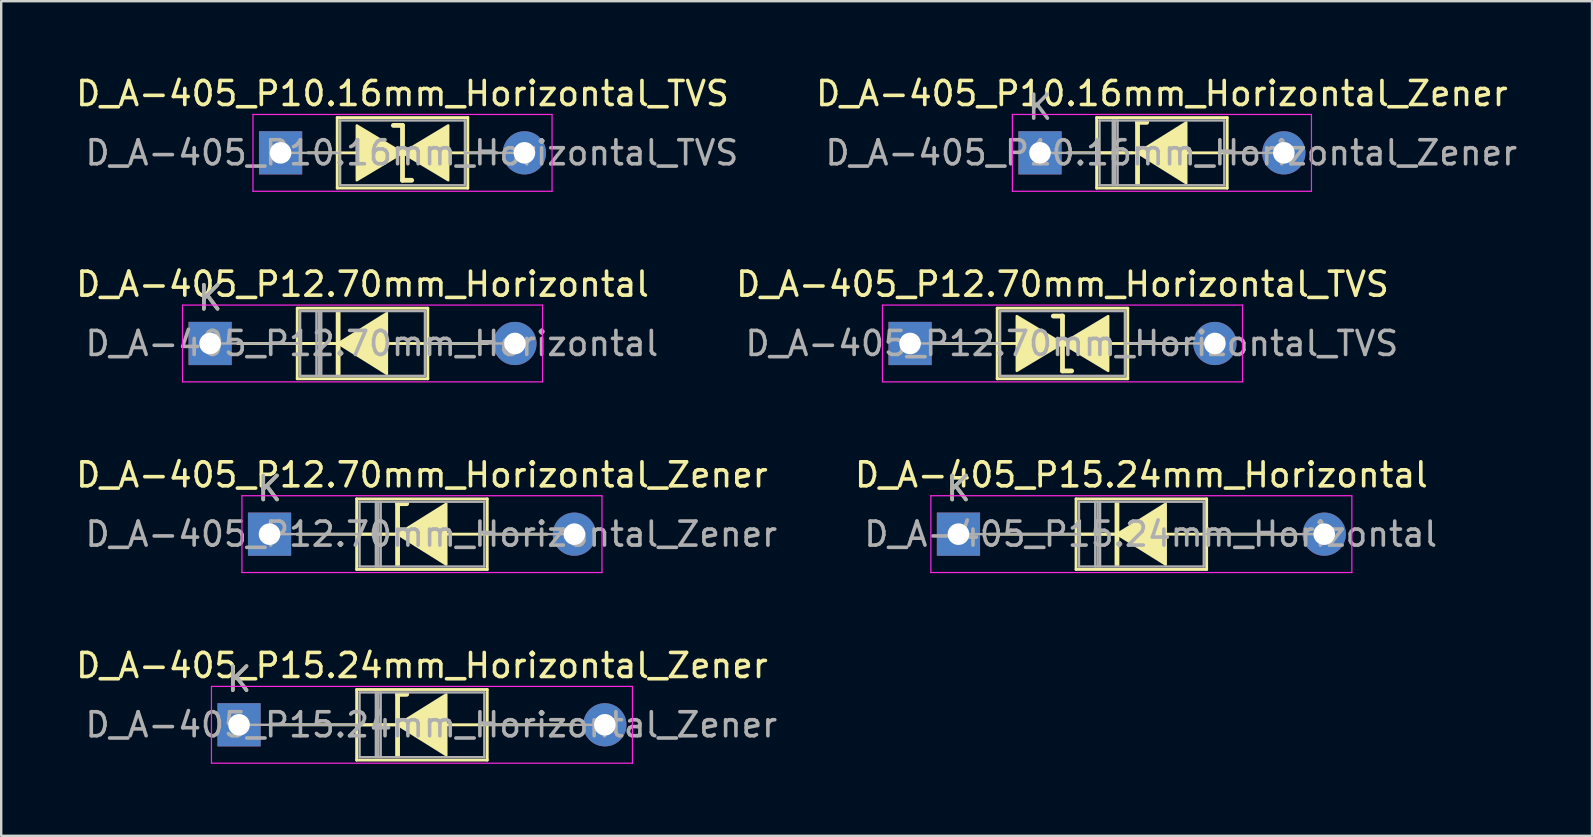
<source format=kicad_pcb>
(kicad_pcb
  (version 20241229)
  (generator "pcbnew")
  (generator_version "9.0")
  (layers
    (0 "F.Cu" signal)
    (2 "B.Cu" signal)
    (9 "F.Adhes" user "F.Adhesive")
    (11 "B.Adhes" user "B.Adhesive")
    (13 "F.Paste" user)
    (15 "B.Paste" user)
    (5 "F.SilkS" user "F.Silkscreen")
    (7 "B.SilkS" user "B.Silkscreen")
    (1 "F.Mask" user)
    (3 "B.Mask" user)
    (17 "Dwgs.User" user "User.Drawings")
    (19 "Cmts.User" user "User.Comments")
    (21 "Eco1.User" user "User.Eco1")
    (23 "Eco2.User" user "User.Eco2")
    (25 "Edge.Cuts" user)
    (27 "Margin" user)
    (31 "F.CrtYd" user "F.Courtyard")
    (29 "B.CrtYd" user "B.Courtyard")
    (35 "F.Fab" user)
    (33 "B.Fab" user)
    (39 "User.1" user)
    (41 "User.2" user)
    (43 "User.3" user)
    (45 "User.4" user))
  (footprint "D_A-405_P12.70mm_Horizontal"
    (layer "F.Cu")
    (at 5.704 11.261)
    (property "Reference" "D_A-405_P12.70mm_Horizontal" (at 6.35 -2.47 0) (layer "F.SilkS") (effects (font (size 1 1) (thickness 0.15))))
    (attr through_hole)
    (fp_line (start 1.14 0) (end 3.63 0) (stroke (width 0.12) (type solid)) (layer "F.SilkS"))
    (fp_line (start 3.63 -1.47) (end 3.63 1.47) (stroke (width 0.12) (type solid)) (layer "F.SilkS"))
    (fp_line (start 3.63 0) (end 5.2 0) (stroke (width 0.12) (type solid)) (layer "F.SilkS"))
    (fp_line (start 3.63 1.47) (end 9.07 1.47) (stroke (width 0.12) (type solid)) (layer "F.SilkS"))
    (fp_line (start 5.334 -1.27) (end 5.334 1.27) (stroke (width 0.2) (type solid)) (layer "F.SilkS"))
    (fp_line (start 5.334 0) (end 3.8 0) (stroke (width 0.12) (type solid)) (layer "F.SilkS"))
    (fp_line (start 9.07 -1.47) (end 3.63 -1.47) (stroke (width 0.12) (type solid)) (layer "F.SilkS"))
    (fp_line (start 9.07 0) (end 7.429 0) (stroke (width 0.12) (type solid)) (layer "F.SilkS"))
    (fp_line (start 9.07 1.47) (end 9.07 -1.47) (stroke (width 0.12) (type solid)) (layer "F.SilkS"))
    (fp_line (start 11.56 0) (end 9.07 0) (stroke (width 0.12) (type solid)) (layer "F.SilkS"))
    (fp_poly (pts (xy 7.366 1.27) (xy 5.334 0) (xy 7.366 -1.27)) (stroke (width 0.1) (type solid)) (fill yes) (layer "F.SilkS"))
    (fp_line (start -1.15 -1.6) (end -1.15 1.6) (stroke (width 0.05) (type solid)) (layer "F.CrtYd"))
    (fp_line (start -1.15 1.6) (end 13.85 1.6) (stroke (width 0.05) (type solid)) (layer "F.CrtYd"))
    (fp_line (start 13.85 -1.6) (end -1.15 -1.6) (stroke (width 0.05) (type solid)) (layer "F.CrtYd"))
    (fp_line (start 13.85 1.6) (end 13.85 -1.6) (stroke (width 0.05) (type solid)) (layer "F.CrtYd"))
    (fp_line (start 0 0) (end 3.75 0) (stroke (width 0.1) (type solid)) (layer "F.Fab"))
    (fp_line (start 3.75 -1.35) (end 3.75 1.35) (stroke (width 0.1) (type solid)) (layer "F.Fab"))
    (fp_line (start 3.75 1.35) (end 8.95 1.35) (stroke (width 0.1) (type solid)) (layer "F.Fab"))
    (fp_line (start 4.43 -1.35) (end 4.43 1.35) (stroke (width 0.1) (type solid)) (layer "F.Fab"))
    (fp_line (start 4.53 -1.35) (end 4.53 1.35) (stroke (width 0.1) (type solid)) (layer "F.Fab"))
    (fp_line (start 4.63 -1.35) (end 4.63 1.35) (stroke (width 0.1) (type solid)) (layer "F.Fab"))
    (fp_line (start 8.95 -1.35) (end 3.75 -1.35) (stroke (width 0.1) (type solid)) (layer "F.Fab"))
    (fp_line (start 8.95 1.35) (end 8.95 -1.35) (stroke (width 0.1) (type solid)) (layer "F.Fab"))
    (fp_line (start 12.7 0) (end 8.95 0) (stroke (width 0.1) (type solid)) (layer "F.Fab"))
    (fp_text user "K" (at 0 -1.9 0) (layer "F.SilkS") (effects (font (size 1 1) (thickness 0.15))))
    (fp_text user "K" (at 0 -1.9 0) (layer "F.Fab") (effects (font (size 1 1) (thickness 0.15))))
    (fp_text user "${REFERENCE}" (at 6.74 0 0) (layer "F.Fab") (effects (font (size 1 1) (thickness 0.15))))
    (pad "1" thru_hole rect (at 0 0) (size 1.8 1.8) (drill 0.9) (layers "*.Cu" "*.Mask"))
    (pad "2" thru_hole oval (at 12.7 0) (size 1.8 1.8) (drill 0.9) (layers "*.Cu" "*.Mask")))
  (footprint "D_A-405_P12.70mm_Horizontal_TVS"
    (layer "F.Cu")
    (at 34.867 11.261)
    (property "Reference" "D_A-405_P12.70mm_Horizontal_TVS" (at 6.35 -2.47 0) (layer "F.SilkS") (effects (font (size 1 1) (thickness 0.15))))
    (attr through_hole)
    (fp_line (start 1.14 0) (end 3.63 0) (stroke (width 0.12) (type solid)) (layer "F.SilkS"))
    (fp_line (start 3.63 -1.47) (end 3.63 1.47) (stroke (width 0.12) (type solid)) (layer "F.SilkS"))
    (fp_line (start 3.63 0) (end 4.445 0) (stroke (width 0.12) (type solid)) (layer "F.SilkS"))
    (fp_line (start 3.63 1.47) (end 9.07 1.47) (stroke (width 0.12) (type solid)) (layer "F.SilkS"))
    (fp_line (start 6.35 -1.143) (end 5.969 -1.143) (stroke (width 0.2) (type solid)) (layer "F.SilkS"))
    (fp_line (start 6.35 1.143) (end 6.35 -1.143) (stroke (width 0.2) (type solid)) (layer "F.SilkS"))
    (fp_line (start 6.731 1.143) (end 6.35 1.143) (stroke (width 0.2) (type solid)) (layer "F.SilkS"))
    (fp_line (start 9.07 -1.47) (end 3.63 -1.47) (stroke (width 0.12) (type solid)) (layer "F.SilkS"))
    (fp_line (start 9.07 0) (end 8.255 0) (stroke (width 0.12) (type solid)) (layer "F.SilkS"))
    (fp_line (start 9.07 1.47) (end 9.07 -1.47) (stroke (width 0.12) (type solid)) (layer "F.SilkS"))
    (fp_line (start 11.56 0) (end 9.07 0) (stroke (width 0.12) (type solid)) (layer "F.SilkS"))
    (fp_poly (pts (xy 6.35 0) (xy 4.445 1.143) (xy 4.445 -1.143)) (stroke (width 0.1) (type solid)) (fill yes) (layer "F.SilkS"))
    (fp_poly (pts (xy 6.35 0) (xy 8.255 -1.143) (xy 8.255 1.143)) (stroke (width 0.1) (type solid)) (fill yes) (layer "F.SilkS"))
    (fp_line (start -1.15 -1.6) (end -1.15 1.6) (stroke (width 0.05) (type solid)) (layer "F.CrtYd"))
    (fp_line (start -1.15 1.6) (end 13.85 1.6) (stroke (width 0.05) (type solid)) (layer "F.CrtYd"))
    (fp_line (start 13.85 -1.6) (end -1.15 -1.6) (stroke (width 0.05) (type solid)) (layer "F.CrtYd"))
    (fp_line (start 13.85 1.6) (end 13.85 -1.6) (stroke (width 0.05) (type solid)) (layer "F.CrtYd"))
    (fp_line (start 0 0) (end 3.75 0) (stroke (width 0.1) (type solid)) (layer "F.Fab"))
    (fp_line (start 3.75 -1.35) (end 3.75 1.35) (stroke (width 0.1) (type solid)) (layer "F.Fab"))
    (fp_line (start 3.75 1.35) (end 8.95 1.35) (stroke (width 0.1) (type solid)) (layer "F.Fab"))
    (fp_line (start 8.95 -1.35) (end 3.75 -1.35) (stroke (width 0.1) (type solid)) (layer "F.Fab"))
    (fp_line (start 8.95 1.35) (end 8.95 -1.35) (stroke (width 0.1) (type solid)) (layer "F.Fab"))
    (fp_line (start 12.7 0) (end 8.95 0) (stroke (width 0.1) (type solid)) (layer "F.Fab"))
    (fp_text user "${REFERENCE}" (at 6.74 0 0) (layer "F.Fab") (effects (font (size 1 1) (thickness 0.15))))
    (pad "1" thru_hole rect (at 0 0) (size 1.8 1.8) (drill 0.9) (layers "*.Cu" "*.Mask"))
    (pad "2" thru_hole oval (at 12.7 0) (size 1.8 1.8) (drill 0.9) (layers "*.Cu" "*.Mask")))
  (footprint "D_A-405_P10.16mm_Horizontal_TVS"
    (layer "F.Cu")
    (at 8.64 3.318)
    (property "Reference" "D_A-405_P10.16mm_Horizontal_TVS" (at 5.08 -2.47 0) (layer "F.SilkS") (effects (font (size 1 1) (thickness 0.15))))
    (attr through_hole)
    (fp_line (start 1.14 0) (end 2.36 0) (stroke (width 0.12) (type solid)) (layer "F.SilkS"))
    (fp_line (start 2.36 -1.47) (end 2.36 1.47) (stroke (width 0.12) (type solid)) (layer "F.SilkS"))
    (fp_line (start 2.36 0) (end 3.175 0) (stroke (width 0.12) (type solid)) (layer "F.SilkS"))
    (fp_line (start 2.36 1.47) (end 7.8 1.47) (stroke (width 0.12) (type solid)) (layer "F.SilkS"))
    (fp_line (start 5.08 -1.143) (end 4.699 -1.143) (stroke (width 0.2) (type solid)) (layer "F.SilkS"))
    (fp_line (start 5.08 1.143) (end 5.08 -1.143) (stroke (width 0.2) (type solid)) (layer "F.SilkS"))
    (fp_line (start 5.461 1.143) (end 5.08 1.143) (stroke (width 0.2) (type solid)) (layer "F.SilkS"))
    (fp_line (start 7.8 -1.47) (end 2.36 -1.47) (stroke (width 0.12) (type solid)) (layer "F.SilkS"))
    (fp_line (start 7.8 0) (end 6.985 0) (stroke (width 0.12) (type solid)) (layer "F.SilkS"))
    (fp_line (start 7.8 1.47) (end 7.8 -1.47) (stroke (width 0.12) (type solid)) (layer "F.SilkS"))
    (fp_line (start 9.02 0) (end 7.8 0) (stroke (width 0.12) (type solid)) (layer "F.SilkS"))
    (fp_poly (pts (xy 5.08 0) (xy 3.175 1.143) (xy 3.175 -1.143)) (stroke (width 0.1) (type solid)) (fill yes) (layer "F.SilkS"))
    (fp_poly (pts (xy 5.08 0) (xy 6.985 -1.143) (xy 6.985 1.143)) (stroke (width 0.1) (type solid)) (fill yes) (layer "F.SilkS"))
    (fp_line (start -1.15 -1.6) (end -1.15 1.6) (stroke (width 0.05) (type solid)) (layer "F.CrtYd"))
    (fp_line (start -1.15 1.6) (end 11.31 1.6) (stroke (width 0.05) (type solid)) (layer "F.CrtYd"))
    (fp_line (start 11.31 -1.6) (end -1.15 -1.6) (stroke (width 0.05) (type solid)) (layer "F.CrtYd"))
    (fp_line (start 11.31 1.6) (end 11.31 -1.6) (stroke (width 0.05) (type solid)) (layer "F.CrtYd"))
    (fp_line (start 0 0) (end 2.48 0) (stroke (width 0.1) (type solid)) (layer "F.Fab"))
    (fp_line (start 2.48 -1.35) (end 2.48 1.35) (stroke (width 0.1) (type solid)) (layer "F.Fab"))
    (fp_line (start 2.48 1.35) (end 7.68 1.35) (stroke (width 0.1) (type solid)) (layer "F.Fab"))
    (fp_line (start 7.68 -1.35) (end 2.48 -1.35) (stroke (width 0.1) (type solid)) (layer "F.Fab"))
    (fp_line (start 7.68 1.35) (end 7.68 -1.35) (stroke (width 0.1) (type solid)) (layer "F.Fab"))
    (fp_line (start 10.16 0) (end 7.68 0) (stroke (width 0.1) (type solid)) (layer "F.Fab"))
    (fp_text user "${REFERENCE}" (at 5.47 0 0) (layer "F.Fab") (effects (font (size 1 1) (thickness 0.15))))
    (pad "1" thru_hole rect (at 0 0) (size 1.8 1.8) (drill 0.9) (layers "*.Cu" "*.Mask"))
    (pad "2" thru_hole oval (at 10.16 0) (size 1.8 1.8) (drill 0.9) (layers "*.Cu" "*.Mask")))
  (footprint "D_A-405_P12.70mm_Horizontal_Zener"
    (layer "F.Cu")
    (at 8.18 19.205)
    (property "Reference" "D_A-405_P12.70mm_Horizontal_Zener" (at 6.35 -2.47 0) (layer "F.SilkS") (effects (font (size 1 1) (thickness 0.15))))
    (attr through_hole)
    (fp_line (start 1.14 0) (end 3.63 0) (stroke (width 0.12) (type solid)) (layer "F.SilkS"))
    (fp_line (start 3.63 -1.47) (end 3.63 1.47) (stroke (width 0.12) (type solid)) (layer "F.SilkS"))
    (fp_line (start 3.63 0) (end 5.2 0) (stroke (width 0.12) (type solid)) (layer "F.SilkS"))
    (fp_line (start 3.63 1.47) (end 9.07 1.47) (stroke (width 0.12) (type solid)) (layer "F.SilkS"))
    (fp_line (start 5.334 -1.27) (end 5.334 1.27) (stroke (width 0.2) (type solid)) (layer "F.SilkS"))
    (fp_line (start 5.334 -1.27) (end 5.715 -1.27) (stroke (width 0.2) (type solid)) (layer "F.SilkS"))
    (fp_line (start 5.334 0) (end 3.8 0) (stroke (width 0.12) (type solid)) (layer "F.SilkS"))
    (fp_line (start 9.07 -1.47) (end 3.63 -1.47) (stroke (width 0.12) (type solid)) (layer "F.SilkS"))
    (fp_line (start 9.07 0) (end 7.429 0) (stroke (width 0.12) (type solid)) (layer "F.SilkS"))
    (fp_line (start 9.07 1.47) (end 9.07 -1.47) (stroke (width 0.12) (type solid)) (layer "F.SilkS"))
    (fp_line (start 11.56 0) (end 9.07 0) (stroke (width 0.12) (type solid)) (layer "F.SilkS"))
    (fp_poly (pts (xy 7.366 1.27) (xy 5.334 0) (xy 7.366 -1.27)) (stroke (width 0.1) (type solid)) (fill yes) (layer "F.SilkS"))
    (fp_line (start -1.15 -1.6) (end -1.15 1.6) (stroke (width 0.05) (type solid)) (layer "F.CrtYd"))
    (fp_line (start -1.15 1.6) (end 13.85 1.6) (stroke (width 0.05) (type solid)) (layer "F.CrtYd"))
    (fp_line (start 13.85 -1.6) (end -1.15 -1.6) (stroke (width 0.05) (type solid)) (layer "F.CrtYd"))
    (fp_line (start 13.85 1.6) (end 13.85 -1.6) (stroke (width 0.05) (type solid)) (layer "F.CrtYd"))
    (fp_line (start 0 0) (end 3.75 0) (stroke (width 0.1) (type solid)) (layer "F.Fab"))
    (fp_line (start 3.75 -1.35) (end 3.75 1.35) (stroke (width 0.1) (type solid)) (layer "F.Fab"))
    (fp_line (start 3.75 1.35) (end 8.95 1.35) (stroke (width 0.1) (type solid)) (layer "F.Fab"))
    (fp_line (start 4.43 -1.35) (end 4.43 1.35) (stroke (width 0.1) (type solid)) (layer "F.Fab"))
    (fp_line (start 4.53 -1.35) (end 4.53 1.35) (stroke (width 0.1) (type solid)) (layer "F.Fab"))
    (fp_line (start 4.63 -1.35) (end 4.63 1.35) (stroke (width 0.1) (type solid)) (layer "F.Fab"))
    (fp_line (start 8.95 -1.35) (end 3.75 -1.35) (stroke (width 0.1) (type solid)) (layer "F.Fab"))
    (fp_line (start 8.95 1.35) (end 8.95 -1.35) (stroke (width 0.1) (type solid)) (layer "F.Fab"))
    (fp_line (start 12.7 0) (end 8.95 0) (stroke (width 0.1) (type solid)) (layer "F.Fab"))
    (fp_text user "K" (at 0 -1.9 0) (layer "F.SilkS") (effects (font (size 1 1) (thickness 0.15))))
    (fp_text user "${REFERENCE}" (at 6.74 0 0) (layer "F.Fab") (effects (font (size 1 1) (thickness 0.15))))
    (fp_text user "K" (at 0 -1.9 0) (layer "F.Fab") (effects (font (size 1 1) (thickness 0.15))))
    (pad "1" thru_hole rect (at 0 0) (size 1.8 1.8) (drill 0.9) (layers "*.Cu" "*.Mask"))
    (pad "2" thru_hole oval (at 12.7 0) (size 1.8 1.8) (drill 0.9) (layers "*.Cu" "*.Mask")))
  (footprint "D_A-405_P15.24mm_Horizontal_Zener"
    (layer "F.Cu")
    (at 6.91 27.148)
    (property "Reference" "D_A-405_P15.24mm_Horizontal_Zener" (at 7.62 -2.47 0) (layer "F.SilkS") (effects (font (size 1 1) (thickness 0.15))))
    (attr through_hole)
    (fp_line (start 1.27 0) (end 4.9 0) (stroke (width 0.12) (type solid)) (layer "F.SilkS"))
    (fp_line (start 4.9 -1.47) (end 4.9 1.47) (stroke (width 0.12) (type solid)) (layer "F.SilkS"))
    (fp_line (start 4.9 0) (end 6.604 0) (stroke (width 0.12) (type solid)) (layer "F.SilkS"))
    (fp_line (start 4.9 1.47) (end 10.34 1.47) (stroke (width 0.12) (type solid)) (layer "F.SilkS"))
    (fp_line (start 6.47 0) (end 5.07 0) (stroke (width 0.12) (type solid)) (layer "F.SilkS"))
    (fp_line (start 6.604 -1.27) (end 6.604 1.27) (stroke (width 0.2) (type solid)) (layer "F.SilkS"))
    (fp_line (start 6.604 -1.27) (end 6.985 -1.27) (stroke (width 0.2) (type solid)) (layer "F.SilkS"))
    (fp_line (start 10.34 -1.47) (end 4.9 -1.47) (stroke (width 0.12) (type solid)) (layer "F.SilkS"))
    (fp_line (start 10.34 0) (end 8.7 0) (stroke (width 0.12) (type solid)) (layer "F.SilkS"))
    (fp_line (start 10.34 1.47) (end 10.34 -1.47) (stroke (width 0.12) (type solid)) (layer "F.SilkS"))
    (fp_line (start 13.97 0) (end 10.34 0) (stroke (width 0.12) (type solid)) (layer "F.SilkS"))
    (fp_poly (pts (xy 8.636 1.27) (xy 6.604 0) (xy 8.636 -1.27)) (stroke (width 0.1) (type solid)) (fill yes) (layer "F.SilkS"))
    (fp_line (start -1.15 -1.6) (end -1.15 1.6) (stroke (width 0.05) (type solid)) (layer "F.CrtYd"))
    (fp_line (start -1.15 1.6) (end 16.39 1.6) (stroke (width 0.05) (type solid)) (layer "F.CrtYd"))
    (fp_line (start 16.39 -1.6) (end -1.15 -1.6) (stroke (width 0.05) (type solid)) (layer "F.CrtYd"))
    (fp_line (start 16.39 1.6) (end 16.39 -1.6) (stroke (width 0.05) (type solid)) (layer "F.CrtYd"))
    (fp_line (start 0 0) (end 5.02 0) (stroke (width 0.1) (type solid)) (layer "F.Fab"))
    (fp_line (start 5.02 -1.35) (end 5.02 1.35) (stroke (width 0.1) (type solid)) (layer "F.Fab"))
    (fp_line (start 5.02 1.35) (end 10.22 1.35) (stroke (width 0.1) (type solid)) (layer "F.Fab"))
    (fp_line (start 5.7 -1.35) (end 5.7 1.35) (stroke (width 0.1) (type solid)) (layer "F.Fab"))
    (fp_line (start 5.8 -1.35) (end 5.8 1.35) (stroke (width 0.1) (type solid)) (layer "F.Fab"))
    (fp_line (start 5.9 -1.35) (end 5.9 1.35) (stroke (width 0.1) (type solid)) (layer "F.Fab"))
    (fp_line (start 10.22 -1.35) (end 5.02 -1.35) (stroke (width 0.1) (type solid)) (layer "F.Fab"))
    (fp_line (start 10.22 1.35) (end 10.22 -1.35) (stroke (width 0.1) (type solid)) (layer "F.Fab"))
    (fp_line (start 15.24 0) (end 10.22 0) (stroke (width 0.1) (type solid)) (layer "F.Fab"))
    (fp_text user "K" (at 0 -1.9 0) (layer "F.SilkS") (effects (font (size 1 1) (thickness 0.15))))
    (fp_text user "${REFERENCE}" (at 8.01 0 0) (layer "F.Fab") (effects (font (size 1 1) (thickness 0.15))))
    (fp_text user "K" (at 0 -1.9 0) (layer "F.Fab") (effects (font (size 1 1) (thickness 0.15))))
    (pad "1" thru_hole rect (at 0 0) (size 1.8 1.8) (drill 0.9) (layers "*.Cu" "*.Mask"))
    (pad "2" thru_hole oval (at 15.24 0) (size 1.8 1.8) (drill 0.9) (layers "*.Cu" "*.Mask")))
  (footprint "D_A-405_P10.16mm_Horizontal_Zener"
    (layer "F.Cu")
    (at 40.28 3.318)
    (property "Reference" "D_A-405_P10.16mm_Horizontal_Zener" (at 5.08 -2.47 0) (layer "F.SilkS") (effects (font (size 1 1) (thickness 0.15))))
    (attr through_hole)
    (fp_line (start 1.14 0) (end 2.36 0) (stroke (width 0.12) (type solid)) (layer "F.SilkS"))
    (fp_line (start 2.36 -1.47) (end 2.36 1.47) (stroke (width 0.12) (type solid)) (layer "F.SilkS"))
    (fp_line (start 2.36 1.47) (end 7.8 1.47) (stroke (width 0.12) (type solid)) (layer "F.SilkS"))
    (fp_line (start 2.54 0) (end 4.064 0) (stroke (width 0.12) (type solid)) (layer "F.SilkS"))
    (fp_line (start 3.87 0) (end 2.36 0) (stroke (width 0.12) (type solid)) (layer "F.SilkS"))
    (fp_line (start 4.064 -1.27) (end 4.064 1.27) (stroke (width 0.2) (type solid)) (layer "F.SilkS"))
    (fp_line (start 4.064 -1.27) (end 4.445 -1.27) (stroke (width 0.2) (type solid)) (layer "F.SilkS"))
    (fp_line (start 7.8 -1.47) (end 2.36 -1.47) (stroke (width 0.12) (type solid)) (layer "F.SilkS"))
    (fp_line (start 7.8 0) (end 6.096 0) (stroke (width 0.12) (type solid)) (layer "F.SilkS"))
    (fp_line (start 7.8 1.47) (end 7.8 -1.47) (stroke (width 0.12) (type solid)) (layer "F.SilkS"))
    (fp_line (start 9.02 0) (end 7.8 0) (stroke (width 0.12) (type solid)) (layer "F.SilkS"))
    (fp_poly (pts (xy 6.096 1.27) (xy 4.064 0) (xy 6.096 -1.27)) (stroke (width 0.1) (type solid)) (fill yes) (layer "F.SilkS"))
    (fp_line (start -1.15 -1.6) (end -1.15 1.6) (stroke (width 0.05) (type solid)) (layer "F.CrtYd"))
    (fp_line (start -1.15 1.6) (end 11.31 1.6) (stroke (width 0.05) (type solid)) (layer "F.CrtYd"))
    (fp_line (start 11.31 -1.6) (end -1.15 -1.6) (stroke (width 0.05) (type solid)) (layer "F.CrtYd"))
    (fp_line (start 11.31 1.6) (end 11.31 -1.6) (stroke (width 0.05) (type solid)) (layer "F.CrtYd"))
    (fp_line (start 0 0) (end 2.48 0) (stroke (width 0.1) (type solid)) (layer "F.Fab"))
    (fp_line (start 2.48 -1.35) (end 2.48 1.35) (stroke (width 0.1) (type solid)) (layer "F.Fab"))
    (fp_line (start 2.48 1.35) (end 7.68 1.35) (stroke (width 0.1) (type solid)) (layer "F.Fab"))
    (fp_line (start 3.033 -1.35) (end 3.033 1.35) (stroke (width 0.1) (type solid)) (layer "F.Fab"))
    (fp_line (start 3.133 -1.35) (end 3.133 1.35) (stroke (width 0.1) (type solid)) (layer "F.Fab"))
    (fp_line (start 3.233 -1.35) (end 3.233 1.35) (stroke (width 0.1) (type solid)) (layer "F.Fab"))
    (fp_line (start 7.68 -1.35) (end 2.48 -1.35) (stroke (width 0.1) (type solid)) (layer "F.Fab"))
    (fp_line (start 7.68 1.35) (end 7.68 -1.35) (stroke (width 0.1) (type solid)) (layer "F.Fab"))
    (fp_line (start 10.16 0) (end 7.68 0) (stroke (width 0.1) (type solid)) (layer "F.Fab"))
    (fp_text user "${REFERENCE}" (at 5.47 0 0) (layer "F.Fab") (effects (font (size 1 1) (thickness 0.15))))
    (fp_text user "K" (at 0 -1.9 0) (layer "F.Fab") (effects (font (size 1 1) (thickness 0.15))))
    (pad "1" thru_hole rect (at 0 0) (size 1.8 1.8) (drill 0.9) (layers "*.Cu" "*.Mask"))
    (pad "2" thru_hole oval (at 10.16 0) (size 1.8 1.8) (drill 0.9) (layers "*.Cu" "*.Mask")))
  (footprint "D_A-405_P15.24mm_Horizontal"
    (layer "F.Cu")
    (at 36.883 19.205)
    (property "Reference" "D_A-405_P15.24mm_Horizontal" (at 7.62 -2.47 0) (layer "F.SilkS") (effects (font (size 1 1) (thickness 0.15))))
    (attr through_hole)
    (fp_line (start 1.27 0) (end 4.9 0) (stroke (width 0.12) (type solid)) (layer "F.SilkS"))
    (fp_line (start 4.9 -1.47) (end 4.9 1.47) (stroke (width 0.12) (type solid)) (layer "F.SilkS"))
    (fp_line (start 4.9 0) (end 6.604 0) (stroke (width 0.12) (type solid)) (layer "F.SilkS"))
    (fp_line (start 4.9 1.47) (end 10.34 1.47) (stroke (width 0.12) (type solid)) (layer "F.SilkS"))
    (fp_line (start 6.47 0) (end 5.07 0) (stroke (width 0.12) (type solid)) (layer "F.SilkS"))
    (fp_line (start 6.604 -1.27) (end 6.604 1.27) (stroke (width 0.2) (type solid)) (layer "F.SilkS"))
    (fp_line (start 10.34 -1.47) (end 4.9 -1.47) (stroke (width 0.12) (type solid)) (layer "F.SilkS"))
    (fp_line (start 10.34 0) (end 8.7 0) (stroke (width 0.12) (type solid)) (layer "F.SilkS"))
    (fp_line (start 10.34 1.47) (end 10.34 -1.47) (stroke (width 0.12) (type solid)) (layer "F.SilkS"))
    (fp_line (start 13.97 0) (end 10.34 0) (stroke (width 0.12) (type solid)) (layer "F.SilkS"))
    (fp_poly (pts (xy 8.636 1.27) (xy 6.604 0) (xy 8.636 -1.27)) (stroke (width 0.1) (type solid)) (fill yes) (layer "F.SilkS"))
    (fp_line (start -1.15 -1.6) (end -1.15 1.6) (stroke (width 0.05) (type solid)) (layer "F.CrtYd"))
    (fp_line (start -1.15 1.6) (end 16.39 1.6) (stroke (width 0.05) (type solid)) (layer "F.CrtYd"))
    (fp_line (start 16.39 -1.6) (end -1.15 -1.6) (stroke (width 0.05) (type solid)) (layer "F.CrtYd"))
    (fp_line (start 16.39 1.6) (end 16.39 -1.6) (stroke (width 0.05) (type solid)) (layer "F.CrtYd"))
    (fp_line (start 0 0) (end 5.02 0) (stroke (width 0.1) (type solid)) (layer "F.Fab"))
    (fp_line (start 5.02 -1.35) (end 5.02 1.35) (stroke (width 0.1) (type solid)) (layer "F.Fab"))
    (fp_line (start 5.02 1.35) (end 10.22 1.35) (stroke (width 0.1) (type solid)) (layer "F.Fab"))
    (fp_line (start 5.7 -1.35) (end 5.7 1.35) (stroke (width 0.1) (type solid)) (layer "F.Fab"))
    (fp_line (start 5.8 -1.35) (end 5.8 1.35) (stroke (width 0.1) (type solid)) (layer "F.Fab"))
    (fp_line (start 5.9 -1.35) (end 5.9 1.35) (stroke (width 0.1) (type solid)) (layer "F.Fab"))
    (fp_line (start 10.22 -1.35) (end 5.02 -1.35) (stroke (width 0.1) (type solid)) (layer "F.Fab"))
    (fp_line (start 10.22 1.35) (end 10.22 -1.35) (stroke (width 0.1) (type solid)) (layer "F.Fab"))
    (fp_line (start 15.24 0) (end 10.22 0) (stroke (width 0.1) (type solid)) (layer "F.Fab"))
    (fp_text user "K" (at 0 -1.9 0) (layer "F.SilkS") (effects (font (size 1 1) (thickness 0.15))))
    (fp_text user "${REFERENCE}" (at 8.01 0 0) (layer "F.Fab") (effects (font (size 1 1) (thickness 0.15))))
    (fp_text user "K" (at 0 -1.9 0) (layer "F.Fab") (effects (font (size 1 1) (thickness 0.15))))
    (pad "1" thru_hole rect (at 0 0) (size 1.8 1.8) (drill 0.9) (layers "*.Cu" "*.Mask"))
    (pad "2" thru_hole oval (at 15.24 0) (size 1.8 1.8) (drill 0.9) (layers "*.Cu" "*.Mask")))
  (gr_rect
    (start -3 -3)
    (end 63.28 31.773)
    (stroke (width 0.1) (type default))
    (fill no)
    (layer "Edge.Cuts")))
</source>
